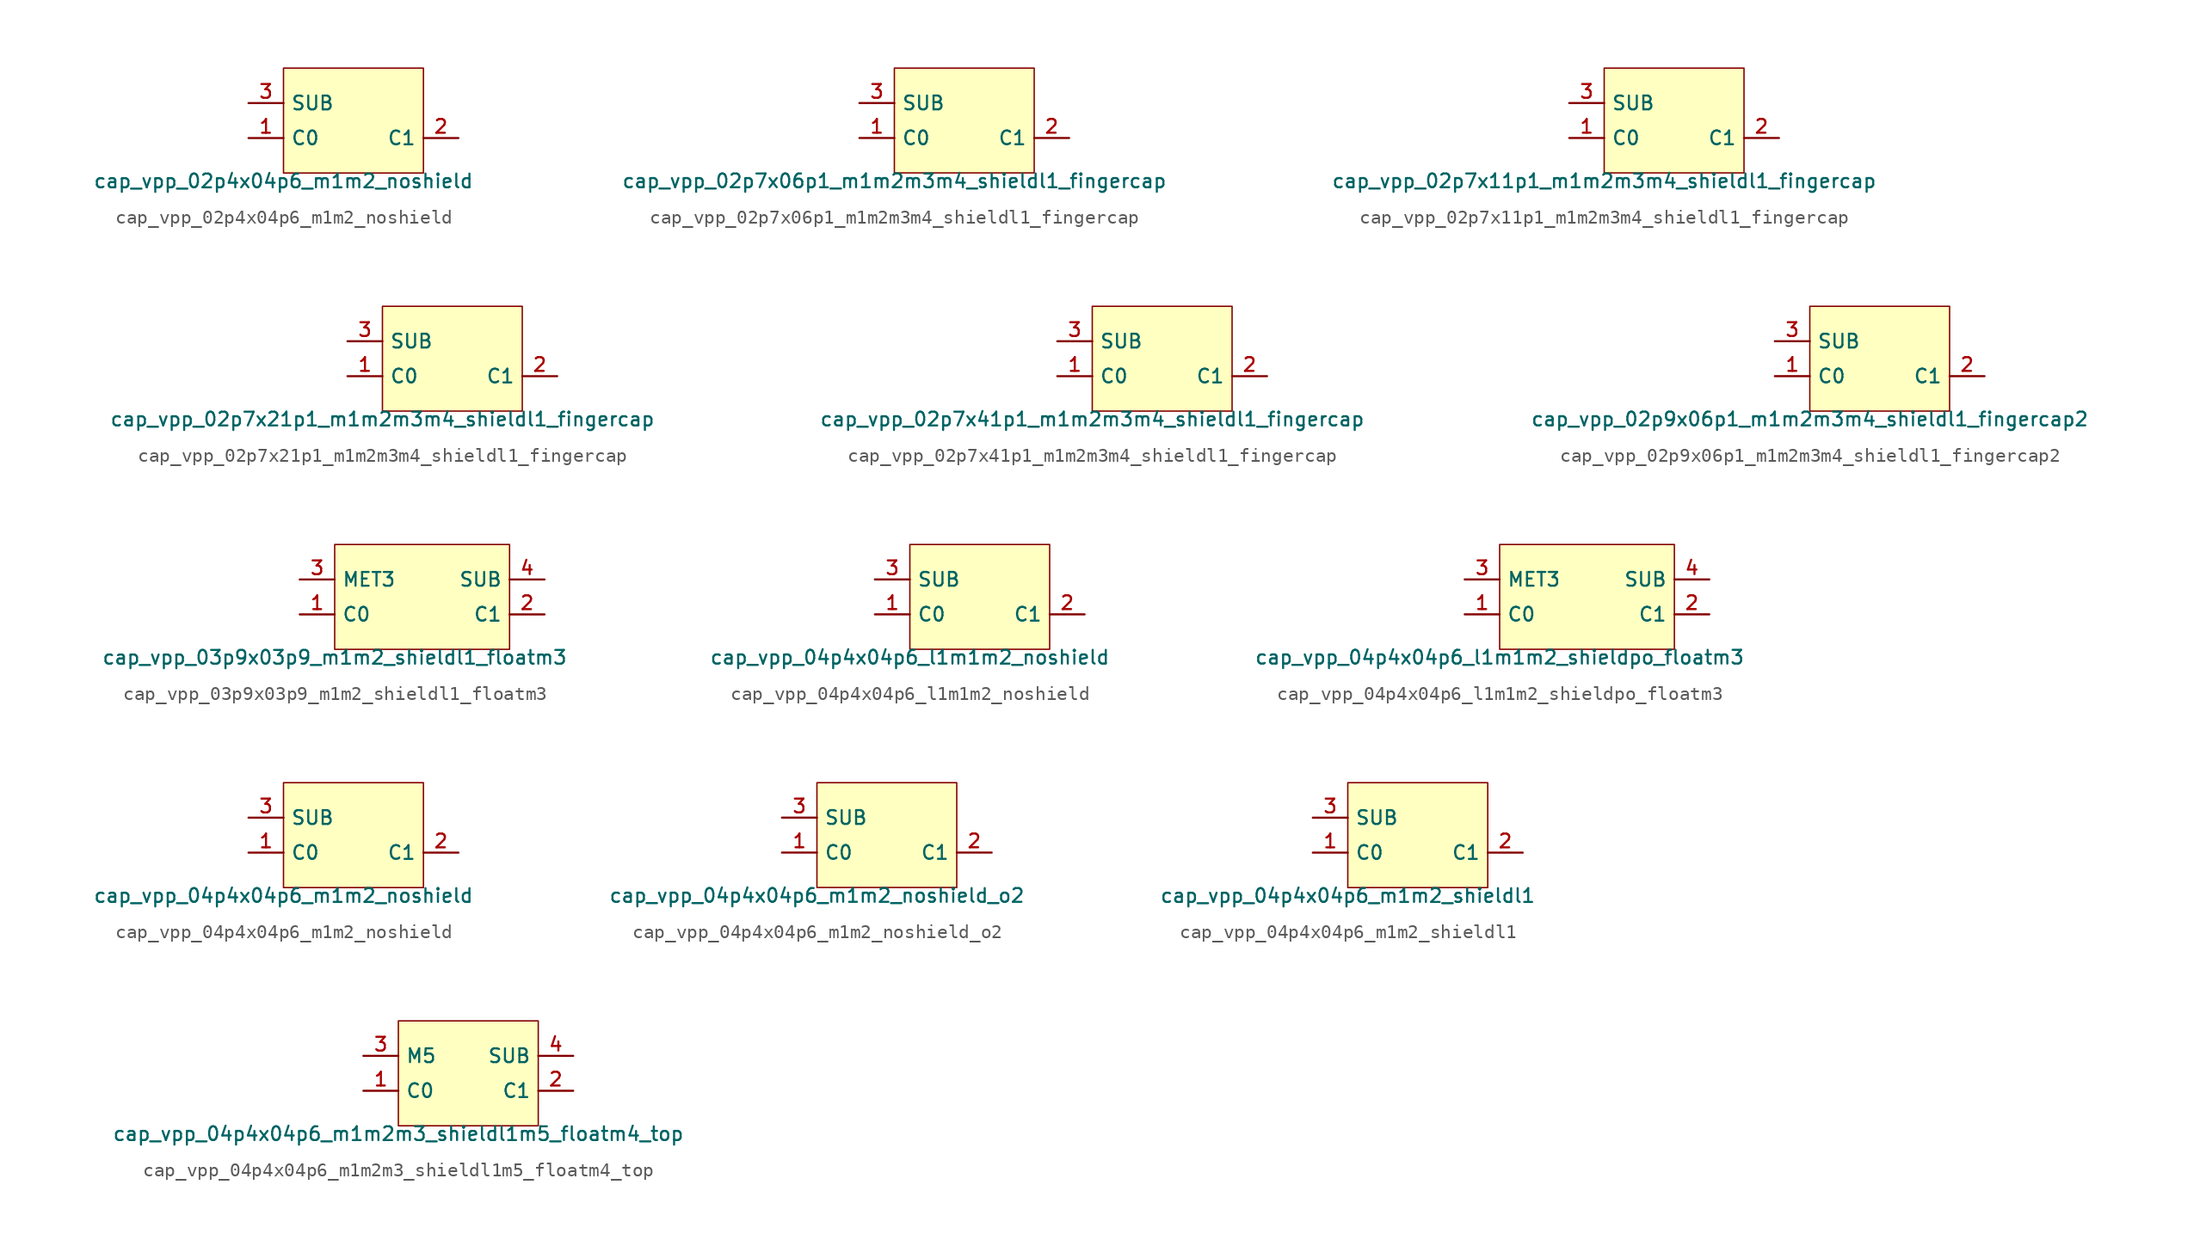
<source format=kicad_sym>
(kicad_symbol_lib
  (version 20211014)
  (generator pdk2kicad)
  (symbol "cap_vpp_02p4x04p6_m1m2_noshield"
    (property "Reference" "X"
      (at 0 0 0)
      (effects (font (size 1 1)) hide))
    (property "Value" "cap_vpp_02p4x04p6_m1m2_noshield"
      (at -5.08 -3.81 0)
      (effects (font (size 1 1)) (justify top)))
    (rectangle
      (start -5.08 -3.81)
      (end 5.08 3.81)
      (stroke (width 0.1) (type solid) (color 0 0 0 0))
      (fill (type background)))
    (pin bidirectional line
      (at -7.62 -1.27 0)
      (length 2.54)
      (name "C0" (effects (font (size 1 1)) hide))
      (number "1" (effects (font (size 1 1)) hide)))
    (pin bidirectional line
      (at 7.62 -1.27 180)
      (length 2.54)
      (name "C1" (effects (font (size 1 1)) hide))
      (number "2" (effects (font (size 1 1)) hide)))
    (pin bidirectional line
      (at -7.62 1.27 0)
      (length 2.54)
      (name "SUB" (effects (font (size 1 1)) hide))
      (number "3" (effects (font (size 1 1)) hide))))
  (symbol "cap_vpp_02p7x06p1_m1m2m3m4_shieldl1_fingercap"
    (property "Reference" "X"
      (at 0 0 0)
      (effects (font (size 1 1)) hide))
    (property "Value" "cap_vpp_02p7x06p1_m1m2m3m4_shieldl1_fingercap"
      (at -5.08 -3.81 0)
      (effects (font (size 1 1)) (justify top)))
    (rectangle
      (start -5.08 -3.81)
      (end 5.08 3.81)
      (stroke (width 0.1) (type solid) (color 0 0 0 0))
      (fill (type background)))
    (pin bidirectional line
      (at -7.62 -1.27 0)
      (length 2.54)
      (name "C0" (effects (font (size 1 1)) hide))
      (number "1" (effects (font (size 1 1)) hide)))
    (pin bidirectional line
      (at 7.62 -1.27 180)
      (length 2.54)
      (name "C1" (effects (font (size 1 1)) hide))
      (number "2" (effects (font (size 1 1)) hide)))
    (pin bidirectional line
      (at -7.62 1.27 0)
      (length 2.54)
      (name "SUB" (effects (font (size 1 1)) hide))
      (number "3" (effects (font (size 1 1)) hide))))
  (symbol "cap_vpp_02p7x11p1_m1m2m3m4_shieldl1_fingercap"
    (property "Reference" "X"
      (at 0 0 0)
      (effects (font (size 1 1)) hide))
    (property "Value" "cap_vpp_02p7x11p1_m1m2m3m4_shieldl1_fingercap"
      (at -5.08 -3.81 0)
      (effects (font (size 1 1)) (justify top)))
    (rectangle
      (start -5.08 -3.81)
      (end 5.08 3.81)
      (stroke (width 0.1) (type solid) (color 0 0 0 0))
      (fill (type background)))
    (pin bidirectional line
      (at -7.62 -1.27 0)
      (length 2.54)
      (name "C0" (effects (font (size 1 1)) hide))
      (number "1" (effects (font (size 1 1)) hide)))
    (pin bidirectional line
      (at 7.62 -1.27 180)
      (length 2.54)
      (name "C1" (effects (font (size 1 1)) hide))
      (number "2" (effects (font (size 1 1)) hide)))
    (pin bidirectional line
      (at -7.62 1.27 0)
      (length 2.54)
      (name "SUB" (effects (font (size 1 1)) hide))
      (number "3" (effects (font (size 1 1)) hide))))
  (symbol "cap_vpp_02p7x21p1_m1m2m3m4_shieldl1_fingercap"
    (property "Reference" "X"
      (at 0 0 0)
      (effects (font (size 1 1)) hide))
    (property "Value" "cap_vpp_02p7x21p1_m1m2m3m4_shieldl1_fingercap"
      (at -5.08 -3.81 0)
      (effects (font (size 1 1)) (justify top)))
    (rectangle
      (start -5.08 -3.81)
      (end 5.08 3.81)
      (stroke (width 0.1) (type solid) (color 0 0 0 0))
      (fill (type background)))
    (pin bidirectional line
      (at -7.62 -1.27 0)
      (length 2.54)
      (name "C0" (effects (font (size 1 1)) hide))
      (number "1" (effects (font (size 1 1)) hide)))
    (pin bidirectional line
      (at 7.62 -1.27 180)
      (length 2.54)
      (name "C1" (effects (font (size 1 1)) hide))
      (number "2" (effects (font (size 1 1)) hide)))
    (pin bidirectional line
      (at -7.62 1.27 0)
      (length 2.54)
      (name "SUB" (effects (font (size 1 1)) hide))
      (number "3" (effects (font (size 1 1)) hide))))
  (symbol "cap_vpp_02p7x41p1_m1m2m3m4_shieldl1_fingercap"
    (property "Reference" "X"
      (at 0 0 0)
      (effects (font (size 1 1)) hide))
    (property "Value" "cap_vpp_02p7x41p1_m1m2m3m4_shieldl1_fingercap"
      (at -5.08 -3.81 0)
      (effects (font (size 1 1)) (justify top)))
    (rectangle
      (start -5.08 -3.81)
      (end 5.08 3.81)
      (stroke (width 0.1) (type solid) (color 0 0 0 0))
      (fill (type background)))
    (pin bidirectional line
      (at -7.62 -1.27 0)
      (length 2.54)
      (name "C0" (effects (font (size 1 1)) hide))
      (number "1" (effects (font (size 1 1)) hide)))
    (pin bidirectional line
      (at 7.62 -1.27 180)
      (length 2.54)
      (name "C1" (effects (font (size 1 1)) hide))
      (number "2" (effects (font (size 1 1)) hide)))
    (pin bidirectional line
      (at -7.62 1.27 0)
      (length 2.54)
      (name "SUB" (effects (font (size 1 1)) hide))
      (number "3" (effects (font (size 1 1)) hide))))
  (symbol "cap_vpp_02p9x06p1_m1m2m3m4_shieldl1_fingercap2"
    (property "Reference" "X"
      (at 0 0 0)
      (effects (font (size 1 1)) hide))
    (property "Value" "cap_vpp_02p9x06p1_m1m2m3m4_shieldl1_fingercap2"
      (at -5.08 -3.81 0)
      (effects (font (size 1 1)) (justify top)))
    (rectangle
      (start -5.08 -3.81)
      (end 5.08 3.81)
      (stroke (width 0.1) (type solid) (color 0 0 0 0))
      (fill (type background)))
    (pin bidirectional line
      (at -7.62 -1.27 0)
      (length 2.54)
      (name "C0" (effects (font (size 1 1)) hide))
      (number "1" (effects (font (size 1 1)) hide)))
    (pin bidirectional line
      (at 7.62 -1.27 180)
      (length 2.54)
      (name "C1" (effects (font (size 1 1)) hide))
      (number "2" (effects (font (size 1 1)) hide)))
    (pin bidirectional line
      (at -7.62 1.27 0)
      (length 2.54)
      (name "SUB" (effects (font (size 1 1)) hide))
      (number "3" (effects (font (size 1 1)) hide))))
  (symbol "cap_vpp_03p9x03p9_m1m2_shieldl1_floatm3"
    (property "Reference" "X"
      (at 0 0 0)
      (effects (font (size 1 1)) hide))
    (property "Value" "cap_vpp_03p9x03p9_m1m2_shieldl1_floatm3"
      (at -6.35 -3.81 0)
      (effects (font (size 1 1)) (justify top)))
    (rectangle
      (start -6.35 -3.81)
      (end 6.35 3.81)
      (stroke (width 0.1) (type solid) (color 0 0 0 0))
      (fill (type background)))
    (pin bidirectional line
      (at -8.89 -1.27 0)
      (length 2.54)
      (name "C0" (effects (font (size 1 1)) hide))
      (number "1" (effects (font (size 1 1)) hide)))
    (pin bidirectional line
      (at 8.89 -1.27 180)
      (length 2.54)
      (name "C1" (effects (font (size 1 1)) hide))
      (number "2" (effects (font (size 1 1)) hide)))
    (pin bidirectional line
      (at -8.89 1.27 0)
      (length 2.54)
      (name "MET3" (effects (font (size 1 1)) hide))
      (number "3" (effects (font (size 1 1)) hide)))
    (pin bidirectional line
      (at 8.89 1.27 180)
      (length 2.54)
      (name "SUB" (effects (font (size 1 1)) hide))
      (number "4" (effects (font (size 1 1)) hide))))
  (symbol "cap_vpp_04p4x04p6_l1m1m2_noshield"
    (property "Reference" "X"
      (at 0 0 0)
      (effects (font (size 1 1)) hide))
    (property "Value" "cap_vpp_04p4x04p6_l1m1m2_noshield"
      (at -5.08 -3.81 0)
      (effects (font (size 1 1)) (justify top)))
    (rectangle
      (start -5.08 -3.81)
      (end 5.08 3.81)
      (stroke (width 0.1) (type solid) (color 0 0 0 0))
      (fill (type background)))
    (pin bidirectional line
      (at -7.62 -1.27 0)
      (length 2.54)
      (name "C0" (effects (font (size 1 1)) hide))
      (number "1" (effects (font (size 1 1)) hide)))
    (pin bidirectional line
      (at 7.62 -1.27 180)
      (length 2.54)
      (name "C1" (effects (font (size 1 1)) hide))
      (number "2" (effects (font (size 1 1)) hide)))
    (pin bidirectional line
      (at -7.62 1.27 0)
      (length 2.54)
      (name "SUB" (effects (font (size 1 1)) hide))
      (number "3" (effects (font (size 1 1)) hide))))
  (symbol "cap_vpp_04p4x04p6_l1m1m2_shieldpo_floatm3"
    (property "Reference" "X"
      (at 0 0 0)
      (effects (font (size 1 1)) hide))
    (property "Value" "cap_vpp_04p4x04p6_l1m1m2_shieldpo_floatm3"
      (at -6.35 -3.81 0)
      (effects (font (size 1 1)) (justify top)))
    (rectangle
      (start -6.35 -3.81)
      (end 6.35 3.81)
      (stroke (width 0.1) (type solid) (color 0 0 0 0))
      (fill (type background)))
    (pin bidirectional line
      (at -8.89 -1.27 0)
      (length 2.54)
      (name "C0" (effects (font (size 1 1)) hide))
      (number "1" (effects (font (size 1 1)) hide)))
    (pin bidirectional line
      (at 8.89 -1.27 180)
      (length 2.54)
      (name "C1" (effects (font (size 1 1)) hide))
      (number "2" (effects (font (size 1 1)) hide)))
    (pin bidirectional line
      (at -8.89 1.27 0)
      (length 2.54)
      (name "MET3" (effects (font (size 1 1)) hide))
      (number "3" (effects (font (size 1 1)) hide)))
    (pin bidirectional line
      (at 8.89 1.27 180)
      (length 2.54)
      (name "SUB" (effects (font (size 1 1)) hide))
      (number "4" (effects (font (size 1 1)) hide))))
  (symbol "cap_vpp_04p4x04p6_m1m2_noshield"
    (property "Reference" "X"
      (at 0 0 0)
      (effects (font (size 1 1)) hide))
    (property "Value" "cap_vpp_04p4x04p6_m1m2_noshield"
      (at -5.08 -3.81 0)
      (effects (font (size 1 1)) (justify top)))
    (rectangle
      (start -5.08 -3.81)
      (end 5.08 3.81)
      (stroke (width 0.1) (type solid) (color 0 0 0 0))
      (fill (type background)))
    (pin bidirectional line
      (at -7.62 -1.27 0)
      (length 2.54)
      (name "C0" (effects (font (size 1 1)) hide))
      (number "1" (effects (font (size 1 1)) hide)))
    (pin bidirectional line
      (at 7.62 -1.27 180)
      (length 2.54)
      (name "C1" (effects (font (size 1 1)) hide))
      (number "2" (effects (font (size 1 1)) hide)))
    (pin bidirectional line
      (at -7.62 1.27 0)
      (length 2.54)
      (name "SUB" (effects (font (size 1 1)) hide))
      (number "3" (effects (font (size 1 1)) hide))))
  (symbol "cap_vpp_04p4x04p6_m1m2_noshield_o2"
    (property "Reference" "X"
      (at 0 0 0)
      (effects (font (size 1 1)) hide))
    (property "Value" "cap_vpp_04p4x04p6_m1m2_noshield_o2"
      (at -5.08 -3.81 0)
      (effects (font (size 1 1)) (justify top)))
    (rectangle
      (start -5.08 -3.81)
      (end 5.08 3.81)
      (stroke (width 0.1) (type solid) (color 0 0 0 0))
      (fill (type background)))
    (pin bidirectional line
      (at -7.62 -1.27 0)
      (length 2.54)
      (name "C0" (effects (font (size 1 1)) hide))
      (number "1" (effects (font (size 1 1)) hide)))
    (pin bidirectional line
      (at 7.62 -1.27 180)
      (length 2.54)
      (name "C1" (effects (font (size 1 1)) hide))
      (number "2" (effects (font (size 1 1)) hide)))
    (pin bidirectional line
      (at -7.62 1.27 0)
      (length 2.54)
      (name "SUB" (effects (font (size 1 1)) hide))
      (number "3" (effects (font (size 1 1)) hide))))
  (symbol "cap_vpp_04p4x04p6_m1m2_shieldl1"
    (property "Reference" "X"
      (at 0 0 0)
      (effects (font (size 1 1)) hide))
    (property "Value" "cap_vpp_04p4x04p6_m1m2_shieldl1"
      (at -5.08 -3.81 0)
      (effects (font (size 1 1)) (justify top)))
    (rectangle
      (start -5.08 -3.81)
      (end 5.08 3.81)
      (stroke (width 0.1) (type solid) (color 0 0 0 0))
      (fill (type background)))
    (pin bidirectional line
      (at -7.62 -1.27 0)
      (length 2.54)
      (name "C0" (effects (font (size 1 1)) hide))
      (number "1" (effects (font (size 1 1)) hide)))
    (pin bidirectional line
      (at 7.62 -1.27 180)
      (length 2.54)
      (name "C1" (effects (font (size 1 1)) hide))
      (number "2" (effects (font (size 1 1)) hide)))
    (pin bidirectional line
      (at -7.62 1.27 0)
      (length 2.54)
      (name "SUB" (effects (font (size 1 1)) hide))
      (number "3" (effects (font (size 1 1)) hide))))
  (symbol "cap_vpp_04p4x04p6_m1m2m3_shieldl1m5_floatm4_top"
    (property "Reference" "X"
      (at 0 0 0)
      (effects (font (size 1 1)) hide))
    (property "Value" "cap_vpp_04p4x04p6_m1m2m3_shieldl1m5_floatm4_top"
      (at -5.08 -3.81 0)
      (effects (font (size 1 1)) (justify top)))
    (rectangle
      (start -5.08 -3.81)
      (end 5.08 3.81)
      (stroke (width 0.1) (type solid) (color 0 0 0 0))
      (fill (type background)))
    (pin bidirectional line
      (at -7.62 -1.27 0)
      (length 2.54)
      (name "C0" (effects (font (size 1 1)) hide))
      (number "1" (effects (font (size 1 1)) hide)))
    (pin bidirectional line
      (at 7.62 -1.27 180)
      (length 2.54)
      (name "C1" (effects (font (size 1 1)) hide))
      (number "2" (effects (font (size 1 1)) hide)))
    (pin bidirectional line
      (at -7.62 1.27 0)
      (length 2.54)
      (name "M5" (effects (font (size 1 1)) hide))
      (number "3" (effects (font (size 1 1)) hide)))
    (pin bidirectional line
      (at 7.62 1.27 180)
      (length 2.54)
      (name "SUB" (effects (font (size 1 1)) hide))
      (number "4" (effects (font (size 1 1)) hide)))))
</source>
